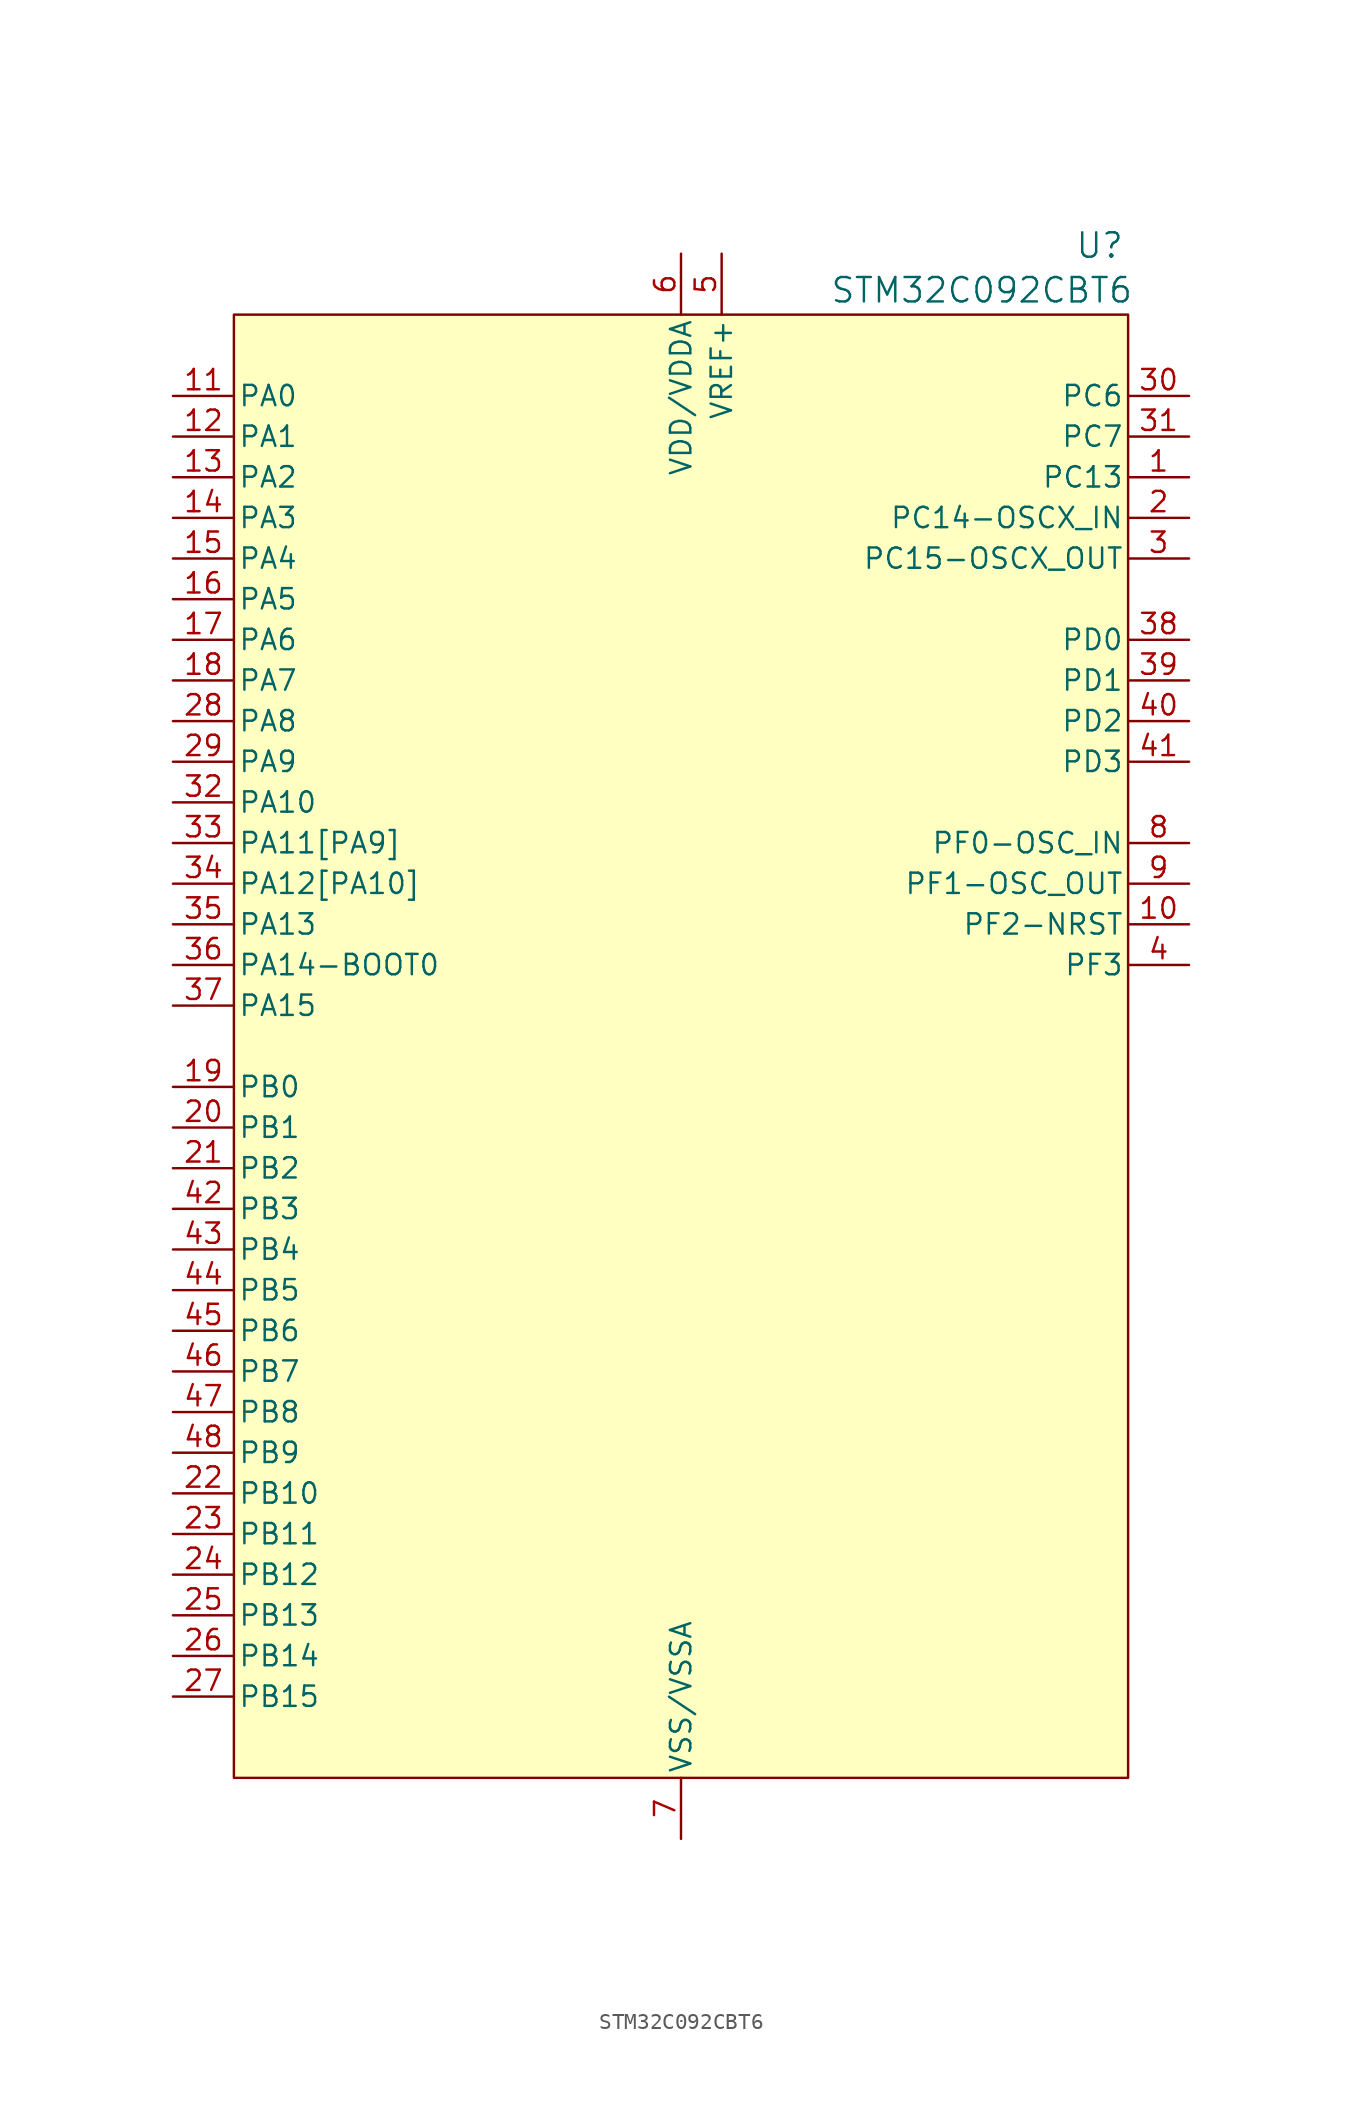
<source format=kicad_sym>
(kicad_symbol_lib
  (version 20241209)
  (generator "kicad_symbol_editor")
  (generator_version "9.0")
  (symbol "STM32C092CBT6"
    (pin_names
      (offset 0.254))
    (property "Reference" "U"
      (at 57.912 9.398 0)
      (effects (font (size 1.524 1.524))))
    (property "Value" "STM32C092CBT6"
      (at 50.546 6.604 0)
      (effects (font (size 1.524 1.524))))
    (property "ki_locked" ""
      (at 0 0 0)
      (effects (font (size 1.27 1.27))))
    (symbol "STM32C092CBT6_0_1"
      (pin bidirectional line (at 0 0 0) (length 3.81) (name "PA0" (effects (font (size 1.27 1.27)))) (number "11" (effects (font (size 1.27 1.27)))))
      (pin bidirectional line (at 0 -2.54 0) (length 3.81) (name "PA1" (effects (font (size 1.27 1.27)))) (number "12" (effects (font (size 1.27 1.27)))))
      (pin bidirectional line (at 0 -5.08 0) (length 3.81) (name "PA2" (effects (font (size 1.27 1.27)))) (number "13" (effects (font (size 1.27 1.27)))))
      (pin bidirectional line (at 0 -7.62 0) (length 3.81) (name "PA3" (effects (font (size 1.27 1.27)))) (number "14" (effects (font (size 1.27 1.27)))))
      (pin bidirectional line (at 0 -10.16 0) (length 3.81) (name "PA4" (effects (font (size 1.27 1.27)))) (number "15" (effects (font (size 1.27 1.27)))))
      (pin bidirectional line (at 0 -12.7 0) (length 3.81) (name "PA5" (effects (font (size 1.27 1.27)))) (number "16" (effects (font (size 1.27 1.27)))))
      (pin bidirectional line (at 0 -15.24 0) (length 3.81) (name "PA6" (effects (font (size 1.27 1.27)))) (number "17" (effects (font (size 1.27 1.27)))))
      (pin bidirectional line (at 0 -17.78 0) (length 3.81) (name "PA7" (effects (font (size 1.27 1.27)))) (number "18" (effects (font (size 1.27 1.27)))))
      (pin bidirectional line (at 0 -20.32 0) (length 3.81) (name "PA8" (effects (font (size 1.27 1.27)))) (number "28" (effects (font (size 1.27 1.27)))))
      (pin bidirectional line (at 0 -22.86 0) (length 3.81) (name "PA9" (effects (font (size 1.27 1.27)))) (number "29" (effects (font (size 1.27 1.27)))))
      (pin bidirectional line (at 0 -25.4 0) (length 3.81) (name "PA10" (effects (font (size 1.27 1.27)))) (number "32" (effects (font (size 1.27 1.27)))))
      (pin bidirectional line (at 0 -27.94 0) (length 3.81) (name "PA11[PA9]" (effects (font (size 1.27 1.27)))) (number "33" (effects (font (size 1.27 1.27)))))
      (pin bidirectional line (at 0 -30.48 0) (length 3.81) (name "PA12[PA10]" (effects (font (size 1.27 1.27)))) (number "34" (effects (font (size 1.27 1.27)))))
      (pin bidirectional line (at 0 -33.02 0) (length 3.81) (name "PA13" (effects (font (size 1.27 1.27)))) (number "35" (effects (font (size 1.27 1.27)))))
      (pin bidirectional line (at 0 -35.56 0) (length 3.81) (name "PA14-BOOT0" (effects (font (size 1.27 1.27)))) (number "36" (effects (font (size 1.27 1.27)))))
      (pin bidirectional line (at 0 -38.1 0) (length 3.81) (name "PA15" (effects (font (size 1.27 1.27)))) (number "37" (effects (font (size 1.27 1.27)))))
      (pin bidirectional line (at 0 -43.18 0) (length 3.81) (name "PB0" (effects (font (size 1.27 1.27)))) (number "19" (effects (font (size 1.27 1.27)))))
      (pin bidirectional line (at 0 -45.72 0) (length 3.81) (name "PB1" (effects (font (size 1.27 1.27)))) (number "20" (effects (font (size 1.27 1.27)))))
      (pin bidirectional line (at 0 -48.26 0) (length 3.81) (name "PB2" (effects (font (size 1.27 1.27)))) (number "21" (effects (font (size 1.27 1.27)))))
      (pin bidirectional line (at 0 -50.8 0) (length 3.81) (name "PB3" (effects (font (size 1.27 1.27)))) (number "42" (effects (font (size 1.27 1.27)))))
      (pin bidirectional line (at 0 -53.34 0) (length 3.81) (name "PB4" (effects (font (size 1.27 1.27)))) (number "43" (effects (font (size 1.27 1.27)))))
      (pin bidirectional line (at 0 -55.88 0) (length 3.81) (name "PB5" (effects (font (size 1.27 1.27)))) (number "44" (effects (font (size 1.27 1.27)))))
      (pin bidirectional line (at 0 -58.42 0) (length 3.81) (name "PB6" (effects (font (size 1.27 1.27)))) (number "45" (effects (font (size 1.27 1.27)))))
      (pin bidirectional line (at 0 -60.96 0) (length 3.81) (name "PB7" (effects (font (size 1.27 1.27)))) (number "46" (effects (font (size 1.27 1.27)))))
      (pin bidirectional line (at 0 -63.5 0) (length 3.81) (name "PB8" (effects (font (size 1.27 1.27)))) (number "47" (effects (font (size 1.27 1.27)))))
      (pin bidirectional line (at 0 -66.04 0) (length 3.81) (name "PB9" (effects (font (size 1.27 1.27)))) (number "48" (effects (font (size 1.27 1.27)))))
      (pin bidirectional line (at 0 -68.58 0) (length 3.81) (name "PB10" (effects (font (size 1.27 1.27)))) (number "22" (effects (font (size 1.27 1.27)))))
      (pin bidirectional line (at 0 -71.12 0) (length 3.81) (name "PB11" (effects (font (size 1.27 1.27)))) (number "23" (effects (font (size 1.27 1.27)))))
      (pin bidirectional line (at 0 -73.66 0) (length 3.81) (name "PB12" (effects (font (size 1.27 1.27)))) (number "24" (effects (font (size 1.27 1.27)))))
      (pin bidirectional line (at 0 -76.2 0) (length 3.81) (name "PB13" (effects (font (size 1.27 1.27)))) (number "25" (effects (font (size 1.27 1.27)))))
      (pin bidirectional line (at 0 -78.74 0) (length 3.81) (name "PB14" (effects (font (size 1.27 1.27)))) (number "26" (effects (font (size 1.27 1.27)))))
      (pin bidirectional line (at 0 -81.28 0) (length 3.81) (name "PB15" (effects (font (size 1.27 1.27)))) (number "27" (effects (font (size 1.27 1.27)))))
      (pin power_in line (at 31.75 8.89 270) (length 3.81) (name "VDD/VDDA" (effects (font (size 1.27 1.27)))) (number "6" (effects (font (size 1.27 1.27)))))
      (pin power_in line (at 31.75 -90.17 90) (length 3.81) (name "VSS/VSSA" (effects (font (size 1.27 1.27)))) (number "7" (effects (font (size 1.27 1.27)))))
      (pin power_in line (at 34.29 8.89 270) (length 3.81) (name "VREF+" (effects (font (size 1.27 1.27)))) (number "5" (effects (font (size 1.27 1.27)))))
      (pin bidirectional line (at 63.5 0 180) (length 3.81) (name "PC6" (effects (font (size 1.27 1.27)))) (number "30" (effects (font (size 1.27 1.27)))))
      (pin bidirectional line (at 63.5 -2.54 180) (length 3.81) (name "PC7" (effects (font (size 1.27 1.27)))) (number "31" (effects (font (size 1.27 1.27)))))
      (pin bidirectional line (at 63.5 -5.08 180) (length 3.81) (name "PC13" (effects (font (size 1.27 1.27)))) (number "1" (effects (font (size 1.27 1.27)))))
      (pin bidirectional line (at 63.5 -7.62 180) (length 3.81) (name "PC14-OSCX_IN" (effects (font (size 1.27 1.27)))) (number "2" (effects (font (size 1.27 1.27)))))
      (pin bidirectional line (at 63.5 -10.16 180) (length 3.81) (name "PC15-OSCX_OUT" (effects (font (size 1.27 1.27)))) (number "3" (effects (font (size 1.27 1.27)))))
      (pin bidirectional line (at 63.5 -15.24 180) (length 3.81) (name "PD0" (effects (font (size 1.27 1.27)))) (number "38" (effects (font (size 1.27 1.27)))))
      (pin bidirectional line (at 63.5 -17.78 180) (length 3.81) (name "PD1" (effects (font (size 1.27 1.27)))) (number "39" (effects (font (size 1.27 1.27)))))
      (pin bidirectional line (at 63.5 -20.32 180) (length 3.81) (name "PD2" (effects (font (size 1.27 1.27)))) (number "40" (effects (font (size 1.27 1.27)))))
      (pin bidirectional line (at 63.5 -22.86 180) (length 3.81) (name "PD3" (effects (font (size 1.27 1.27)))) (number "41" (effects (font (size 1.27 1.27)))))
      (pin bidirectional line (at 63.5 -27.94 180) (length 3.81) (name "PF0-OSC_IN" (effects (font (size 1.27 1.27)))) (number "8" (effects (font (size 1.27 1.27)))))
      (pin bidirectional line (at 63.5 -30.48 180) (length 3.81) (name "PF1-OSC_OUT" (effects (font (size 1.27 1.27)))) (number "9" (effects (font (size 1.27 1.27)))))
      (pin bidirectional line (at 63.5 -33.02 180) (length 3.81) (name "PF2-NRST" (effects (font (size 1.27 1.27)))) (number "10" (effects (font (size 1.27 1.27)))))
      (pin bidirectional line (at 63.5 -35.56 180) (length 3.81) (name "PF3" (effects (font (size 1.27 1.27)))) (number "4" (effects (font (size 1.27 1.27))))))
    (symbol "STM32C092CBT6_1_1"
      (rectangle (start 3.81 5.08) (end 59.69 -86.36) (stroke (width 0) (type default)) (fill (type background))))))
</source>
